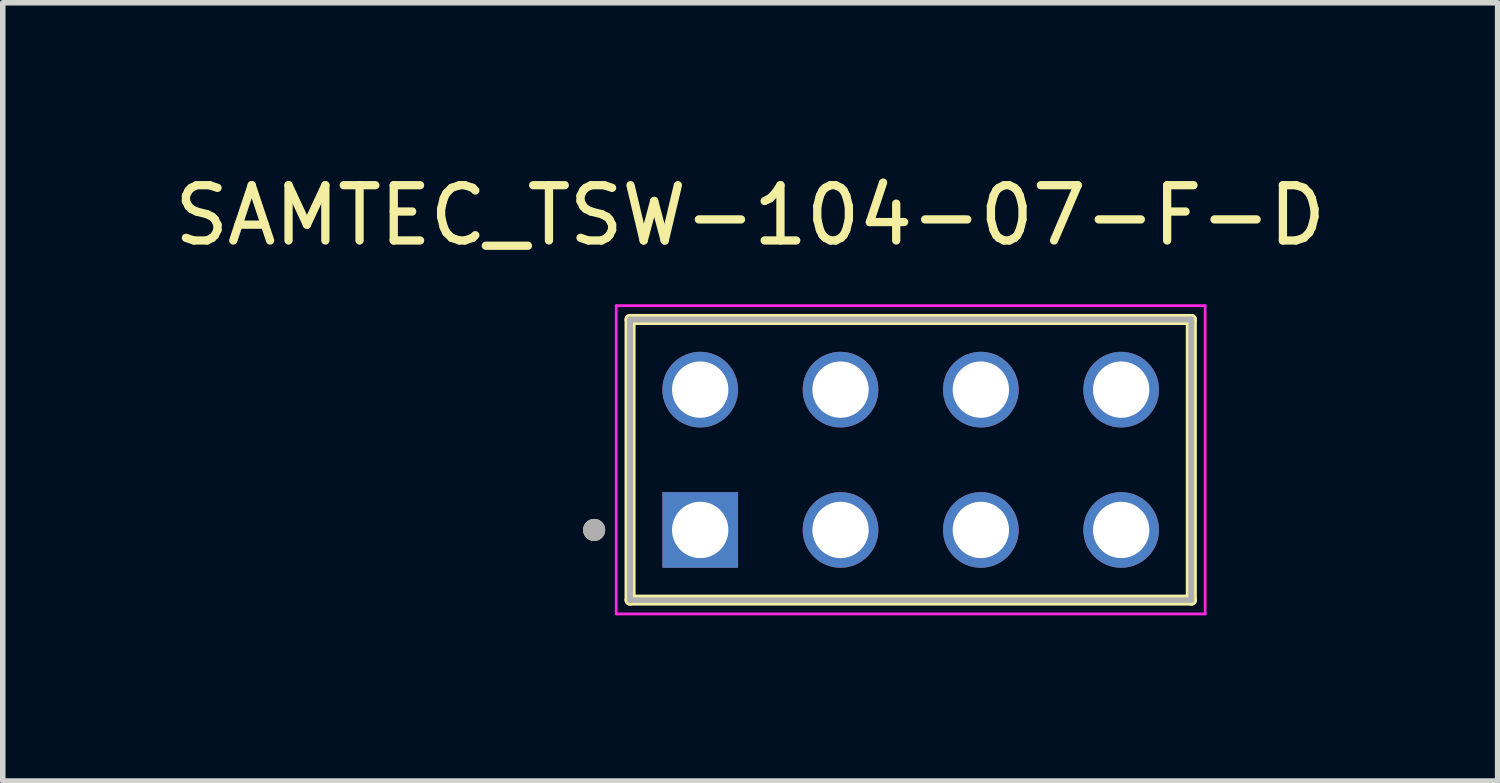
<source format=kicad_pcb>
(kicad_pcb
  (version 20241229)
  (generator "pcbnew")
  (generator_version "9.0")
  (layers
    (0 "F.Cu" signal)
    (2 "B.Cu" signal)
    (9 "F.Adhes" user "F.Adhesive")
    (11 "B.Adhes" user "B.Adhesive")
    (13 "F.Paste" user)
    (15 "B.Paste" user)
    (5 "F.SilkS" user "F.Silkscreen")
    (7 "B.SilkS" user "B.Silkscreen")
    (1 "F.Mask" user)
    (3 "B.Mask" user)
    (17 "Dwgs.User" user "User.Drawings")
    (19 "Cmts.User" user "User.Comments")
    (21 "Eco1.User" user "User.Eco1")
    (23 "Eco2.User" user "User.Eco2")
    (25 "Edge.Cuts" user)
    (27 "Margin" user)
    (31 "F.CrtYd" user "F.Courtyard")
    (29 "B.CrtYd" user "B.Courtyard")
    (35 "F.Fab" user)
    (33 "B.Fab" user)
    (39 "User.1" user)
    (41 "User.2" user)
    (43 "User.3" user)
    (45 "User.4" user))
  (footprint "SAMTEC_TSW-104-07-F-D"
    (layer "F.Cu")
    (at 13.435 5.273)
    (property "Reference" "SAMTEC_TSW-104-07-F-D" (at -2.905 -4.425 0) (layer "F.SilkS") (effects (font (size 1 1) (thickness 0.15))))
    (attr through_hole)
    (fp_line (start -5.08 2.54) (end -5.08 -2.54) (stroke (width 0.2) (type solid)) (layer "F.SilkS"))
    (fp_line (start 5.08 -2.54) (end -5.08 -2.54) (stroke (width 0.2) (type solid)) (layer "F.SilkS"))
    (fp_line (start 5.08 -2.54) (end 5.08 2.54) (stroke (width 0.2) (type solid)) (layer "F.SilkS"))
    (fp_line (start 5.08 2.54) (end -5.08 2.54) (stroke (width 0.2) (type solid)) (layer "F.SilkS"))
    (fp_circle (center -5.73 1.27) (end -5.63 1.27) (stroke (width 0.2) (type solid)) (fill no) (layer "F.SilkS"))
    (fp_line (start -5.33 -2.79) (end 5.33 -2.79) (stroke (width 0.05) (type solid)) (layer "F.CrtYd"))
    (fp_line (start -5.33 2.79) (end -5.33 -2.79) (stroke (width 0.05) (type solid)) (layer "F.CrtYd"))
    (fp_line (start 5.33 -2.79) (end 5.33 2.79) (stroke (width 0.05) (type solid)) (layer "F.CrtYd"))
    (fp_line (start 5.33 2.79) (end -5.33 2.79) (stroke (width 0.05) (type solid)) (layer "F.CrtYd"))
    (fp_line (start -5.08 -2.54) (end 5.08 -2.54) (stroke (width 0.1) (type solid)) (layer "F.Fab"))
    (fp_line (start -5.08 -2.54) (end 5.08 -2.54) (stroke (width 0.1) (type solid)) (layer "F.Fab"))
    (fp_line (start -5.08 2.54) (end -5.08 -2.54) (stroke (width 0.1) (type solid)) (layer "F.Fab"))
    (fp_line (start -5.08 2.54) (end -5.08 -2.54) (stroke (width 0.1) (type solid)) (layer "F.Fab"))
    (fp_line (start 5.08 -2.54) (end 5.08 2.54) (stroke (width 0.1) (type solid)) (layer "F.Fab"))
    (fp_line (start 5.08 -2.54) (end 5.08 2.54) (stroke (width 0.1) (type solid)) (layer "F.Fab"))
    (fp_line (start 5.08 2.54) (end -5.08 2.54) (stroke (width 0.1) (type solid)) (layer "F.Fab"))
    (fp_circle (center -5.73 1.27) (end -5.63 1.27) (stroke (width 0.2) (type solid)) (fill no) (layer "F.Fab"))
    (pad "01" thru_hole rect (at -3.81 1.27) (size 1.37 1.37) (drill 1.02) (layers "*.Cu" "*.Mask"))
    (pad "02" thru_hole circle (at -3.81 -1.27) (size 1.37 1.37) (drill 1.02) (layers "*.Cu" "*.Mask"))
    (pad "03" thru_hole circle (at -1.27 1.27) (size 1.37 1.37) (drill 1.02) (layers "*.Cu" "*.Mask"))
    (pad "04" thru_hole circle (at -1.27 -1.27) (size 1.37 1.37) (drill 1.02) (layers "*.Cu" "*.Mask"))
    (pad "05" thru_hole circle (at 1.27 1.27) (size 1.37 1.37) (drill 1.02) (layers "*.Cu" "*.Mask"))
    (pad "06" thru_hole circle (at 1.27 -1.27) (size 1.37 1.37) (drill 1.02) (layers "*.Cu" "*.Mask"))
    (pad "07" thru_hole circle (at 3.81 1.27) (size 1.37 1.37) (drill 1.02) (layers "*.Cu" "*.Mask"))
    (pad "08" thru_hole circle (at 3.81 -1.27) (size 1.37 1.37) (drill 1.02) (layers "*.Cu" "*.Mask")))
  (gr_rect
    (start -3 -3)
    (end 24.06 11.088)
    (stroke (width 0.1) (type default))
    (fill no)
    (layer "Edge.Cuts")))
</source>
